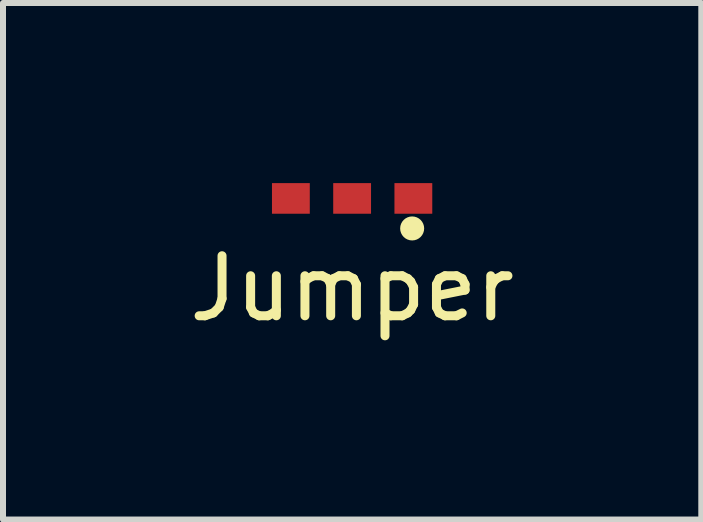
<source format=kicad_pcb>
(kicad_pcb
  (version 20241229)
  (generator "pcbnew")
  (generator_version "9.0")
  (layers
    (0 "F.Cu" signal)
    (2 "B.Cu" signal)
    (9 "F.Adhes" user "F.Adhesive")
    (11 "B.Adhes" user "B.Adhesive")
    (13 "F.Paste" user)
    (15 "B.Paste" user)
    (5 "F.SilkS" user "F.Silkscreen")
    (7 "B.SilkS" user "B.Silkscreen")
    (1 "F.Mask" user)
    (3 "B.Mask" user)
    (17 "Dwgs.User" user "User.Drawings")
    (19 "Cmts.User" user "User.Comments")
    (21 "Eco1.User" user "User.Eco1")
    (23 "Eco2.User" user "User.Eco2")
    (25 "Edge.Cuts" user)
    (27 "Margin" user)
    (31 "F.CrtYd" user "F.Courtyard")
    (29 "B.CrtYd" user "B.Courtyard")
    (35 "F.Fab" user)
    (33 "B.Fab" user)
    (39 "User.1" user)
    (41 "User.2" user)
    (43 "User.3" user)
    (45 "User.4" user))
  (footprint "Jumper"
    (layer "F.Cu")
    (at 2.815 0.255)
    (property "Reference" "Jumper" (at 0 1.5 0) (layer "F.SilkS") (effects (font (size 1 1) (thickness 0.15))))
    (attr through_hole)
    (fp_circle (center 1 0.5) (end 1.1 0.5) (stroke (width 0.2) (type solid)) (fill no) (layer "F.SilkS"))
    (pad "1" smd rect (at 1.02 0) (size 0.63 0.51) (layers "F.Cu" "F.Mask" "F.Paste"))
    (pad "2" smd rect (at 0 0) (size 0.63 0.51) (layers "F.Cu" "F.Mask" "F.Paste"))
    (pad "3" smd rect (at -1.02 0) (size 0.63 0.51) (layers "F.Cu" "F.Mask" "F.Paste")))
  (gr_rect
    (start -3 -3)
    (end 8.631 5.603)
    (stroke (width 0.1) (type default))
    (fill no)
    (layer "Edge.Cuts")))
</source>
